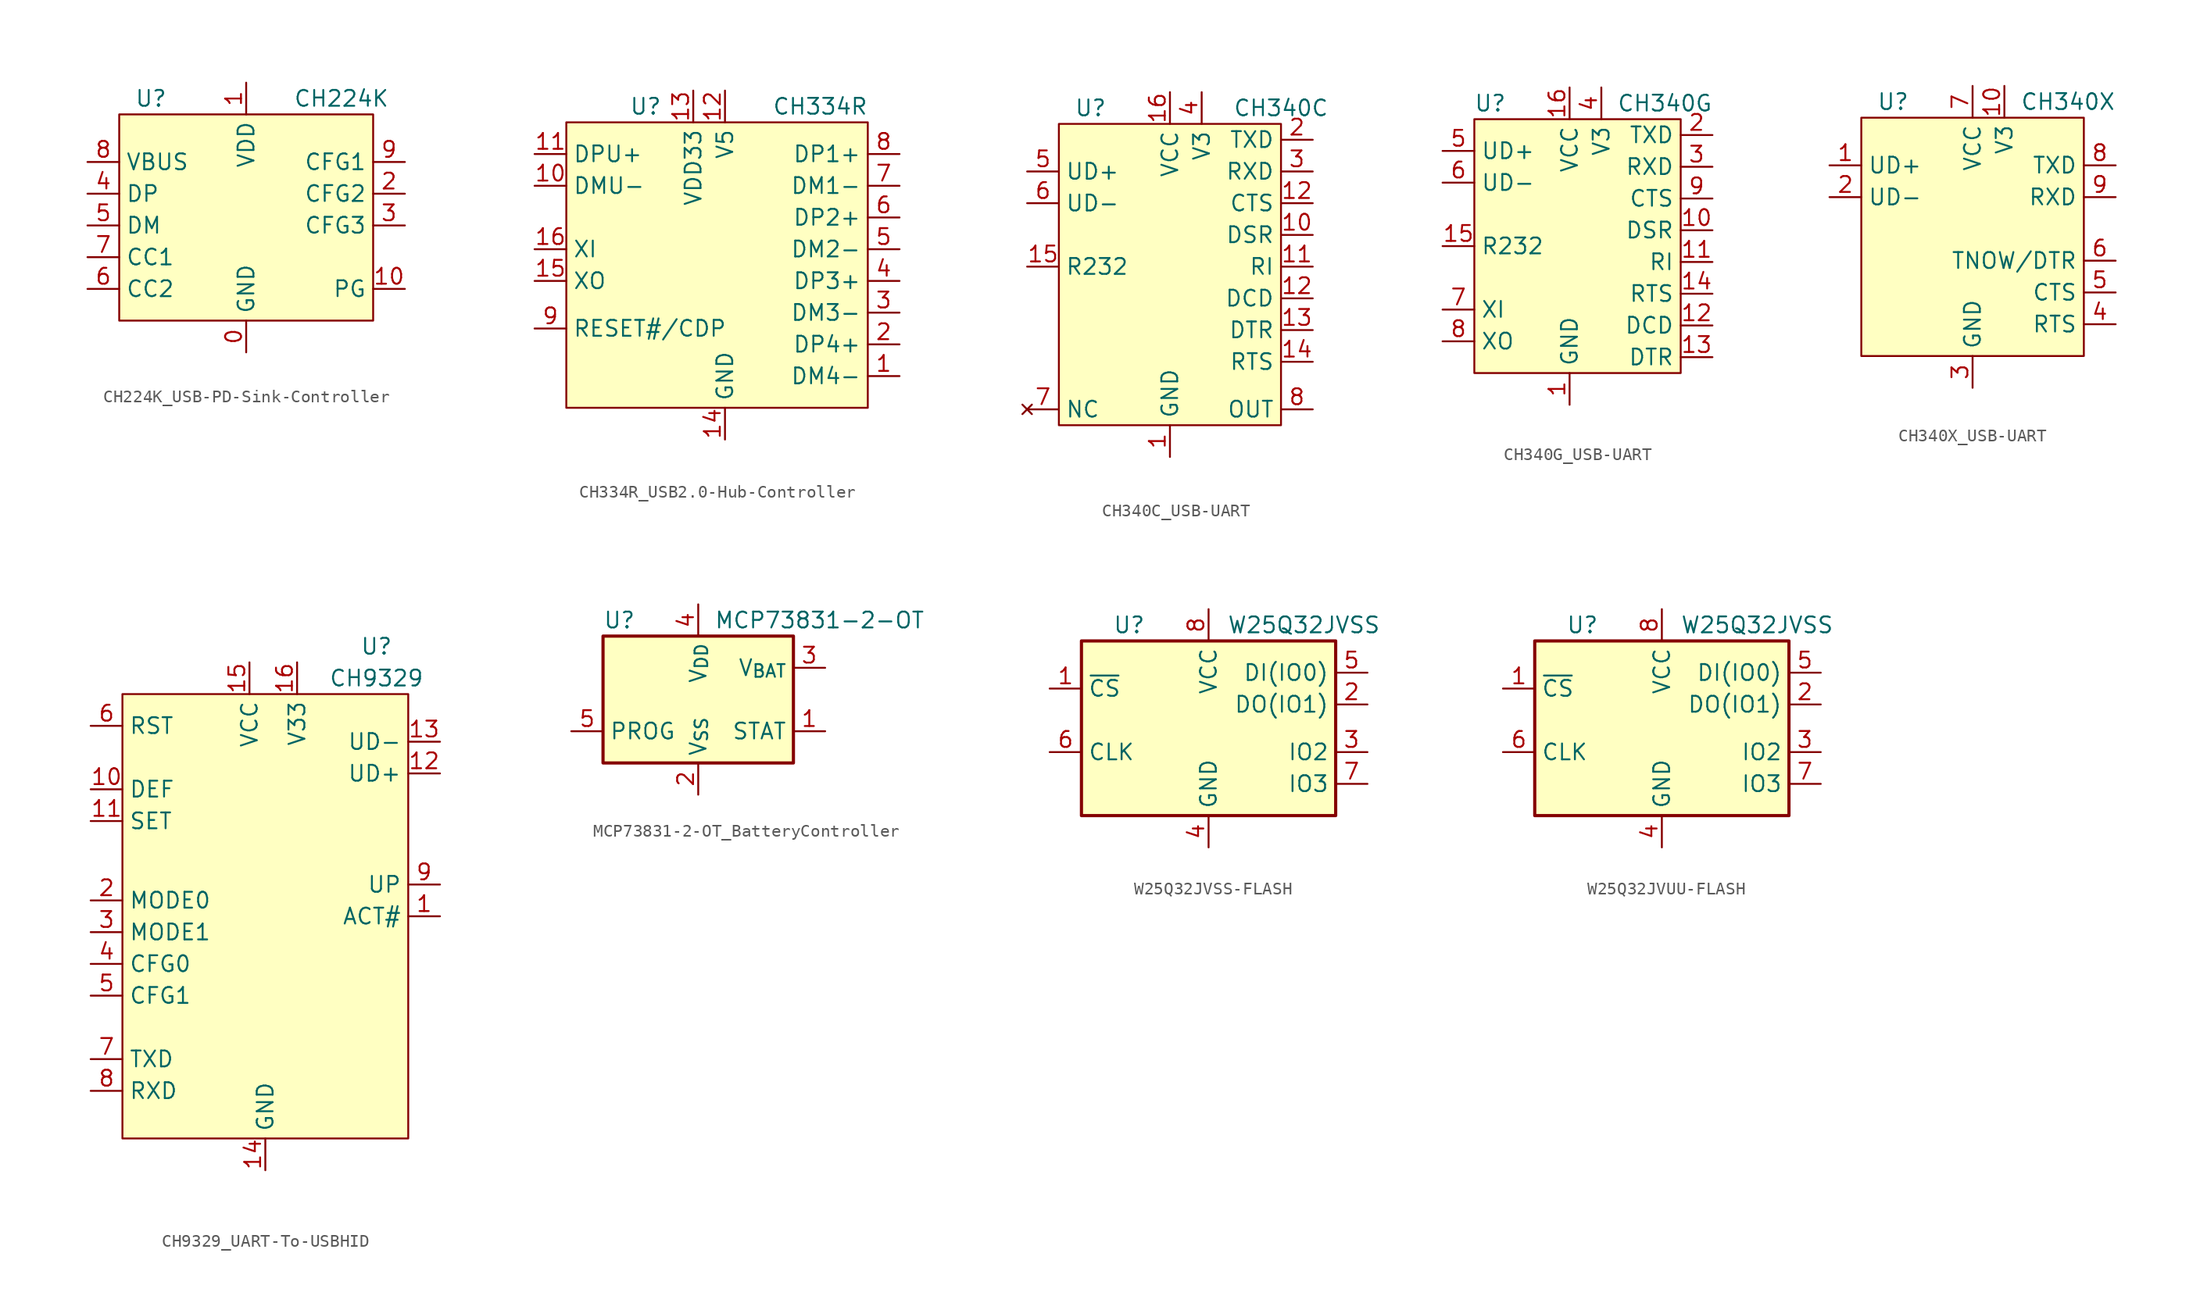
<source format=kicad_sym>
(kicad_symbol_lib
  (version 20231120)
  (generator "kicad_symbol_editor")
  (generator_version "8.0")
  (symbol "CH224K_USB-PD-Sink-Controller"
    (property "Reference" "U"
      (at -7.62 7.62 0)
      (effects (font (size 1.27 1.27))))
    (property "Value" "CH224K"
      (at 7.62 7.62 0)
      (effects (font (size 1.27 1.27))))
    (symbol "CH224K_USB-PD-Sink-Controller_1_1"
      (rectangle (start -10.16 6.35) (end 10.16 -10.16) (stroke (width 0) (type default)) (fill (type background)))
      (pin power_in line (at 0 -12.7 90) (length 2.54) (name "GND" (effects (font (size 1.27 1.27)))) (number "0" (effects (font (size 1.27 1.27)))))
      (pin power_in line (at 0 8.89 270) (length 2.54) (name "VDD" (effects (font (size 1.27 1.27)))) (number "1" (effects (font (size 1.27 1.27)))))
      (pin output line (at 12.7 -7.62 180) (length 2.54) (name "PG" (effects (font (size 1.27 1.27)))) (number "10" (effects (font (size 1.27 1.27)))))
      (pin input line (at 12.7 0 180) (length 2.54) (name "CFG2" (effects (font (size 1.27 1.27)))) (number "2" (effects (font (size 1.27 1.27)))))
      (pin input line (at 12.7 -2.54 180) (length 2.54) (name "CFG3" (effects (font (size 1.27 1.27)))) (number "3" (effects (font (size 1.27 1.27)))))
      (pin bidirectional line (at -12.7 0 0) (length 2.54) (name "DP" (effects (font (size 1.27 1.27)))) (number "4" (effects (font (size 1.27 1.27)))))
      (pin bidirectional line (at -12.7 -2.54 0) (length 2.54) (name "DM" (effects (font (size 1.27 1.27)))) (number "5" (effects (font (size 1.27 1.27)))))
      (pin output line (at -12.7 -7.62 0) (length 2.54) (name "CC2" (effects (font (size 1.27 1.27)))) (number "6" (effects (font (size 1.27 1.27)))))
      (pin output line (at -12.7 -5.08 0) (length 2.54) (name "CC1" (effects (font (size 1.27 1.27)))) (number "7" (effects (font (size 1.27 1.27)))))
      (pin input line (at -12.7 2.54 0) (length 2.54) (name "VBUS" (effects (font (size 1.27 1.27)))) (number "8" (effects (font (size 1.27 1.27)))))
      (pin input line (at 12.7 2.54 180) (length 2.54) (name "CFG1" (effects (font (size 1.27 1.27)))) (number "9" (effects (font (size 1.27 1.27)))))))
  (symbol "CH334R_USB2.0-Hub-Controller"
    (property "Reference" "U"
      (at -7.62 2.54 0)
      (effects (font (size 1.27 1.27))))
    (property "Value" "CH334R"
      (at 6.35 2.54 0)
      (effects (font (size 1.27 1.27))))
    (symbol "CH334R_USB2.0-Hub-Controller_1_1"
      (rectangle (start -13.97 1.27) (end 10.16 -21.59) (stroke (width 0) (type default)) (fill (type background)))
      (pin bidirectional line (at 12.7 -19.05 180) (length 2.54) (name "DM4-" (effects (font (size 1.27 1.27)))) (number "1" (effects (font (size 1.27 1.27)))))
      (pin bidirectional line (at -16.51 -3.81 0) (length 2.54) (name "DMU-" (effects (font (size 1.27 1.27)))) (number "10" (effects (font (size 1.27 1.27)))))
      (pin bidirectional line (at -16.51 -1.27 0) (length 2.54) (name "DPU+" (effects (font (size 1.27 1.27)))) (number "11" (effects (font (size 1.27 1.27)))))
      (pin power_in line (at -1.27 3.81 270) (length 2.54) (name "V5" (effects (font (size 1.27 1.27)))) (number "12" (effects (font (size 1.27 1.27)))))
      (pin power_out line (at -3.81 3.81 270) (length 2.54) (name "VDD33" (effects (font (size 1.27 1.27)))) (number "13" (effects (font (size 1.27 1.27)))))
      (pin power_in line (at -1.27 -24.13 90) (length 2.54) (name "GND" (effects (font (size 1.27 1.27)))) (number "14" (effects (font (size 1.27 1.27)))))
      (pin passive line (at -16.51 -11.43 0) (length 2.54) (name "XO" (effects (font (size 1.27 1.27)))) (number "15" (effects (font (size 1.27 1.27)))))
      (pin passive line (at -16.51 -8.89 0) (length 2.54) (name "XI" (effects (font (size 1.27 1.27)))) (number "16" (effects (font (size 1.27 1.27)))))
      (pin bidirectional line (at 12.7 -16.51 180) (length 2.54) (name "DP4+" (effects (font (size 1.27 1.27)))) (number "2" (effects (font (size 1.27 1.27)))))
      (pin bidirectional line (at 12.7 -13.97 180) (length 2.54) (name "DM3-" (effects (font (size 1.27 1.27)))) (number "3" (effects (font (size 1.27 1.27)))))
      (pin bidirectional line (at 12.7 -11.43 180) (length 2.54) (name "DP3+" (effects (font (size 1.27 1.27)))) (number "4" (effects (font (size 1.27 1.27)))))
      (pin bidirectional line (at 12.7 -8.89 180) (length 2.54) (name "DM2-" (effects (font (size 1.27 1.27)))) (number "5" (effects (font (size 1.27 1.27)))))
      (pin bidirectional line (at 12.7 -6.35 180) (length 2.54) (name "DP2+" (effects (font (size 1.27 1.27)))) (number "6" (effects (font (size 1.27 1.27)))))
      (pin bidirectional line (at 12.7 -3.81 180) (length 2.54) (name "DM1-" (effects (font (size 1.27 1.27)))) (number "7" (effects (font (size 1.27 1.27)))))
      (pin bidirectional line (at 12.7 -1.27 180) (length 2.54) (name "DP1+" (effects (font (size 1.27 1.27)))) (number "8" (effects (font (size 1.27 1.27)))))
      (pin bidirectional line (at -16.51 -15.24 0) (length 2.54) (name "RESET#/CDP" (effects (font (size 1.27 1.27)))) (number "9" (effects (font (size 1.27 1.27)))))))
  (symbol "CH340C_USB-UART"
    (property "Reference" "U"
      (at -6.35 7.62 0)
      (effects (font (size 1.27 1.27))))
    (property "Value" "CH340C"
      (at 8.89 7.62 0)
      (effects (font (size 1.27 1.27))))
    (symbol "CH340C_USB-UART_0_1"
      (rectangle (start -8.89 6.35) (end 8.89 -17.78) (stroke (width 0.152) (type default)) (fill (type background))))
    (symbol "CH340C_USB-UART_1_1"
      (pin power_in line (at 0 -20.32 90) (length 2.54) (name "GND" (effects (font (size 1.27 1.27)))) (number "1" (effects (font (size 1.27 1.27)))))
      (pin output line (at 11.43 -2.54 180) (length 2.54) (name "DSR" (effects (font (size 1.27 1.27)))) (number "10" (effects (font (size 1.27 1.27)))))
      (pin output line (at 11.43 -5.08 180) (length 2.54) (name "RI" (effects (font (size 1.27 1.27)))) (number "11" (effects (font (size 1.27 1.27)))))
      (pin output line (at 11.43 0 180) (length 2.54) (name "CTS" (effects (font (size 1.27 1.27)))) (number "12" (effects (font (size 1.27 1.27)))))
      (pin output line (at 11.43 -7.62 180) (length 2.54) (name "DCD" (effects (font (size 1.27 1.27)))) (number "12" (effects (font (size 1.27 1.27)))))
      (pin output line (at 11.43 -10.16 180) (length 2.54) (name "DTR" (effects (font (size 1.27 1.27)))) (number "13" (effects (font (size 1.27 1.27)))))
      (pin output line (at 11.43 -12.7 180) (length 2.54) (name "RTS" (effects (font (size 1.27 1.27)))) (number "14" (effects (font (size 1.27 1.27)))))
      (pin input line (at -11.43 -5.08 0) (length 2.54) (name "R232" (effects (font (size 1.27 1.27)))) (number "15" (effects (font (size 1.27 1.27)))))
      (pin power_in line (at 0 8.89 270) (length 2.54) (name "VCC" (effects (font (size 1.27 1.27)))) (number "16" (effects (font (size 1.27 1.27)))))
      (pin output line (at 11.43 5.08 180) (length 2.54) (name "TXD" (effects (font (size 1.27 1.27)))) (number "2" (effects (font (size 1.27 1.27)))))
      (pin input line (at 11.43 2.54 180) (length 2.54) (name "RXD" (effects (font (size 1.27 1.27)))) (number "3" (effects (font (size 1.27 1.27)))))
      (pin power_out line (at 2.54 8.89 270) (length 2.54) (name "V3" (effects (font (size 1.27 1.27)))) (number "4" (effects (font (size 1.27 1.27)))))
      (pin bidirectional line (at -11.43 2.54 0) (length 2.54) (name "UD+" (effects (font (size 1.27 1.27)))) (number "5" (effects (font (size 1.27 1.27)))))
      (pin bidirectional line (at -11.43 0 0) (length 2.54) (name "UD-" (effects (font (size 1.27 1.27)))) (number "6" (effects (font (size 1.27 1.27)))))
      (pin no_connect line (at -11.43 -16.51 0) (length 2.54) (name "NC" (effects (font (size 1.27 1.27)))) (number "7" (effects (font (size 1.27 1.27)))))
      (pin output line (at 11.43 -16.51 180) (length 2.54) (name "OUT" (effects (font (size 1.27 1.27)))) (number "8" (effects (font (size 1.27 1.27)))))))
  (symbol "CH340G_USB-UART"
    (property "Reference" "U"
      (at -6.35 7.62 0)
      (effects (font (size 1.27 1.27))))
    (property "Value" "CH340G"
      (at 7.62 7.62 0)
      (effects (font (size 1.27 1.27))))
    (symbol "CH340G_USB-UART_0_1"
      (rectangle (start -7.62 6.35) (end 8.89 -13.97) (stroke (width 0.152) (type default)) (fill (type background))))
    (symbol "CH340G_USB-UART_1_1"
      (pin power_in line (at 0 -16.51 90) (length 2.54) (name "GND" (effects (font (size 1.27 1.27)))) (number "1" (effects (font (size 1.27 1.27)))))
      (pin output line (at 11.43 -2.54 180) (length 2.54) (name "DSR" (effects (font (size 1.27 1.27)))) (number "10" (effects (font (size 1.27 1.27)))))
      (pin output line (at 11.43 -5.08 180) (length 2.54) (name "RI" (effects (font (size 1.27 1.27)))) (number "11" (effects (font (size 1.27 1.27)))))
      (pin output line (at 11.43 -10.16 180) (length 2.54) (name "DCD" (effects (font (size 1.27 1.27)))) (number "12" (effects (font (size 1.27 1.27)))))
      (pin output line (at 11.43 -12.7 180) (length 2.54) (name "DTR" (effects (font (size 1.27 1.27)))) (number "13" (effects (font (size 1.27 1.27)))))
      (pin output line (at 11.43 -7.62 180) (length 2.54) (name "RTS" (effects (font (size 1.27 1.27)))) (number "14" (effects (font (size 1.27 1.27)))))
      (pin input line (at -10.16 -3.81 0) (length 2.54) (name "R232" (effects (font (size 1.27 1.27)))) (number "15" (effects (font (size 1.27 1.27)))))
      (pin power_in line (at 0 8.89 270) (length 2.54) (name "VCC" (effects (font (size 1.27 1.27)))) (number "16" (effects (font (size 1.27 1.27)))))
      (pin output line (at 11.43 5.08 180) (length 2.54) (name "TXD" (effects (font (size 1.27 1.27)))) (number "2" (effects (font (size 1.27 1.27)))))
      (pin input line (at 11.43 2.54 180) (length 2.54) (name "RXD" (effects (font (size 1.27 1.27)))) (number "3" (effects (font (size 1.27 1.27)))))
      (pin power_out line (at 2.54 8.89 270) (length 2.54) (name "V3" (effects (font (size 1.27 1.27)))) (number "4" (effects (font (size 1.27 1.27)))))
      (pin bidirectional line (at -10.16 3.81 0) (length 2.54) (name "UD+" (effects (font (size 1.27 1.27)))) (number "5" (effects (font (size 1.27 1.27)))))
      (pin bidirectional line (at -10.16 1.27 0) (length 2.54) (name "UD-" (effects (font (size 1.27 1.27)))) (number "6" (effects (font (size 1.27 1.27)))))
      (pin input line (at -10.16 -8.89 0) (length 2.54) (name "XI" (effects (font (size 1.27 1.27)))) (number "7" (effects (font (size 1.27 1.27)))))
      (pin output line (at -10.16 -11.43 0) (length 2.54) (name "XO" (effects (font (size 1.27 1.27)))) (number "8" (effects (font (size 1.27 1.27)))))
      (pin output line (at 11.43 0 180) (length 2.54) (name "CTS" (effects (font (size 1.27 1.27)))) (number "9" (effects (font (size 1.27 1.27)))))))
  (symbol "CH340X_USB-UART"
    (property "Reference" "U"
      (at -6.35 7.62 0)
      (effects (font (size 1.27 1.27))))
    (property "Value" "CH340X"
      (at 7.62 7.62 0)
      (effects (font (size 1.27 1.27))))
    (symbol "CH340X_USB-UART_0_1"
      (rectangle (start -8.89 6.35) (end 8.89 -12.7) (stroke (width 0.152) (type default)) (fill (type background))))
    (symbol "CH340X_USB-UART_1_1"
      (pin bidirectional line (at -11.43 2.54 0) (length 2.54) (name "UD+" (effects (font (size 1.27 1.27)))) (number "1" (effects (font (size 1.27 1.27)))))
      (pin power_out line (at 2.54 8.89 270) (length 2.54) (name "V3" (effects (font (size 1.27 1.27)))) (number "10" (effects (font (size 1.27 1.27)))))
      (pin bidirectional line (at -11.43 0 0) (length 2.54) (name "UD-" (effects (font (size 1.27 1.27)))) (number "2" (effects (font (size 1.27 1.27)))))
      (pin power_in line (at 0 -15.24 90) (length 2.54) (name "GND" (effects (font (size 1.27 1.27)))) (number "3" (effects (font (size 1.27 1.27)))))
      (pin output line (at 11.43 -10.16 180) (length 2.54) (name "RTS" (effects (font (size 1.27 1.27)))) (number "4" (effects (font (size 1.27 1.27)))))
      (pin input line (at 11.43 -7.62 180) (length 2.54) (name "CTS" (effects (font (size 1.27 1.27)))) (number "5" (effects (font (size 1.27 1.27)))))
      (pin bidirectional line (at 11.43 -5.08 180) (length 2.54) (name "TNOW/DTR" (effects (font (size 1.27 1.27)))) (number "6" (effects (font (size 1.27 1.27)))))
      (pin power_in line (at 0 8.89 270) (length 2.54) (name "VCC" (effects (font (size 1.27 1.27)))) (number "7" (effects (font (size 1.27 1.27)))))
      (pin output line (at 11.43 2.54 180) (length 2.54) (name "TXD" (effects (font (size 1.27 1.27)))) (number "8" (effects (font (size 1.27 1.27)))))
      (pin input line (at 11.43 0 180) (length 2.54) (name "RXD" (effects (font (size 1.27 1.27)))) (number "9" (effects (font (size 1.27 1.27)))))))
  (symbol "CH9329_UART-To-USBHID"
    (property "Reference" "U"
      (at 8.89 7.62 0)
      (effects (font (size 1.27 1.27))))
    (property "Value" "CH9329"
      (at 8.89 5.08 0)
      (effects (font (size 1.27 1.27))))
    (symbol "CH9329_UART-To-USBHID_0_1"
      (rectangle (start -11.43 3.81) (end 11.43 -31.75) (stroke (width 0.152) (type default)) (fill (type background))))
    (symbol "CH9329_UART-To-USBHID_1_1"
      (pin output line (at 13.97 -13.97 180) (length 2.54) (name "ACT#" (effects (font (size 1.27 1.27)))) (number "1" (effects (font (size 1.27 1.27)))))
      (pin input line (at -13.97 -3.81 0) (length 2.54) (name "DEF" (effects (font (size 1.27 1.27)))) (number "10" (effects (font (size 1.27 1.27)))))
      (pin input line (at -13.97 -6.35 0) (length 2.54) (name "SET" (effects (font (size 1.27 1.27)))) (number "11" (effects (font (size 1.27 1.27)))))
      (pin bidirectional line (at 13.97 -2.54 180) (length 2.54) (name "UD+" (effects (font (size 1.27 1.27)))) (number "12" (effects (font (size 1.27 1.27)))))
      (pin bidirectional line (at 13.97 0 180) (length 2.54) (name "UD-" (effects (font (size 1.27 1.27)))) (number "13" (effects (font (size 1.27 1.27)))))
      (pin power_in line (at 0 -34.29 90) (length 2.54) (name "GND" (effects (font (size 1.27 1.27)))) (number "14" (effects (font (size 1.27 1.27)))))
      (pin power_in line (at -1.27 6.35 270) (length 2.54) (name "VCC" (effects (font (size 1.27 1.27)))) (number "15" (effects (font (size 1.27 1.27)))))
      (pin power_out line (at 2.54 6.35 270) (length 2.54) (name "V33" (effects (font (size 1.27 1.27)))) (number "16" (effects (font (size 1.27 1.27)))))
      (pin input line (at -13.97 -12.7 0) (length 2.54) (name "MODE0" (effects (font (size 1.27 1.27)))) (number "2" (effects (font (size 1.27 1.27)))))
      (pin input line (at -13.97 -15.24 0) (length 2.54) (name "MODE1" (effects (font (size 1.27 1.27)))) (number "3" (effects (font (size 1.27 1.27)))))
      (pin input line (at -13.97 -17.78 0) (length 2.54) (name "CFG0" (effects (font (size 1.27 1.27)))) (number "4" (effects (font (size 1.27 1.27)))))
      (pin input line (at -13.97 -20.32 0) (length 2.54) (name "CFG1" (effects (font (size 1.27 1.27)))) (number "5" (effects (font (size 1.27 1.27)))))
      (pin input line (at -13.97 1.27 0) (length 2.54) (name "RST" (effects (font (size 1.27 1.27)))) (number "6" (effects (font (size 1.27 1.27)))))
      (pin output line (at -13.97 -25.4 0) (length 2.54) (name "TXD" (effects (font (size 1.27 1.27)))) (number "7" (effects (font (size 1.27 1.27)))))
      (pin input line (at -13.97 -27.94 0) (length 2.54) (name "RXD" (effects (font (size 1.27 1.27)))) (number "8" (effects (font (size 1.27 1.27)))))
      (pin output line (at 13.97 -11.43 180) (length 2.54) (name "UP" (effects (font (size 1.27 1.27)))) (number "9" (effects (font (size 1.27 1.27)))))))
  (symbol "MCP73831-2-OT_BatteryController"
    (property "Reference" "U"
      (at -7.62 6.35 0)
      (effects (font (size 1.27 1.27)) (justify left)))
    (property "Value" "MCP73831-2-OT"
      (at 1.27 6.35 0)
      (effects (font (size 1.27 1.27)) (justify left)))
    (symbol "MCP73831-2-OT_BatteryController_0_1"
      (rectangle (start -7.62 5.08) (end 7.62 -5.08) (stroke (width 0.254) (type default)) (fill (type background))))
    (symbol "MCP73831-2-OT_BatteryController_1_1"
      (pin tri_state line (at 10.16 -2.54 180) (length 2.54) (name "STAT" (effects (font (size 1.27 1.27)))) (number "1" (effects (font (size 1.27 1.27)))))
      (pin power_in line (at 0 -7.62 90) (length 2.54) (name "V_{SS}" (effects (font (size 1.27 1.27)))) (number "2" (effects (font (size 1.27 1.27)))))
      (pin power_out line (at 10.16 2.54 180) (length 2.54) (name "V_{BAT}" (effects (font (size 1.27 1.27)))) (number "3" (effects (font (size 1.27 1.27)))))
      (pin power_in line (at 0 7.62 270) (length 2.54) (name "V_{DD}" (effects (font (size 1.27 1.27)))) (number "4" (effects (font (size 1.27 1.27)))))
      (pin input line (at -10.16 -2.54 0) (length 2.54) (name "PROG" (effects (font (size 1.27 1.27)))) (number "5" (effects (font (size 1.27 1.27)))))))
  (symbol "W25Q32JVSS-FLASH"
    (property "Reference" "U"
      (at -6.35 11.43 0)
      (effects (font (size 1.27 1.27))))
    (property "Value" "W25Q32JVSS"
      (at 7.62 11.43 0)
      (effects (font (size 1.27 1.27))))
    (symbol "W25Q32JVSS-FLASH_0_1"
      (rectangle (start -10.16 10.16) (end 10.16 -3.81) (stroke (width 0.254) (type default)) (fill (type background))))
    (symbol "W25Q32JVSS-FLASH_1_1"
      (pin input line (at -12.7 6.35 0) (length 2.54) (name "~{CS}" (effects (font (size 1.27 1.27)))) (number "1" (effects (font (size 1.27 1.27)))))
      (pin bidirectional line (at 12.7 5.08 180) (length 2.54) (name "DO(IO1)" (effects (font (size 1.27 1.27)))) (number "2" (effects (font (size 1.27 1.27)))))
      (pin bidirectional line (at 12.7 1.27 180) (length 2.54) (name "IO2" (effects (font (size 1.27 1.27)))) (number "3" (effects (font (size 1.27 1.27)))))
      (pin power_in line (at 0 -6.35 90) (length 2.54) (name "GND" (effects (font (size 1.27 1.27)))) (number "4" (effects (font (size 1.27 1.27)))))
      (pin bidirectional line (at 12.7 7.62 180) (length 2.54) (name "DI(IO0)" (effects (font (size 1.27 1.27)))) (number "5" (effects (font (size 1.27 1.27)))))
      (pin input line (at -12.7 1.27 0) (length 2.54) (name "CLK" (effects (font (size 1.27 1.27)))) (number "6" (effects (font (size 1.27 1.27)))))
      (pin bidirectional line (at 12.7 -1.27 180) (length 2.54) (name "IO3" (effects (font (size 1.27 1.27)))) (number "7" (effects (font (size 1.27 1.27)))))
      (pin power_in line (at 0 12.7 270) (length 2.54) (name "VCC" (effects (font (size 1.27 1.27)))) (number "8" (effects (font (size 1.27 1.27)))))))
  (symbol "W25Q32JVUU-FLASH"
    (property "Reference" "U"
      (at -6.35 11.43 0)
      (effects (font (size 1.27 1.27))))
    (property "Value" "W25Q32JVSS"
      (at 7.62 11.43 0)
      (effects (font (size 1.27 1.27))))
    (symbol "W25Q32JVUU-FLASH_0_1"
      (rectangle (start -10.16 10.16) (end 10.16 -3.81) (stroke (width 0.254) (type default)) (fill (type background))))
    (symbol "W25Q32JVUU-FLASH_1_1"
      (pin input line (at -12.7 6.35 0) (length 2.54) (name "~{CS}" (effects (font (size 1.27 1.27)))) (number "1" (effects (font (size 1.27 1.27)))))
      (pin bidirectional line (at 12.7 5.08 180) (length 2.54) (name "DO(IO1)" (effects (font (size 1.27 1.27)))) (number "2" (effects (font (size 1.27 1.27)))))
      (pin bidirectional line (at 12.7 1.27 180) (length 2.54) (name "IO2" (effects (font (size 1.27 1.27)))) (number "3" (effects (font (size 1.27 1.27)))))
      (pin power_in line (at 0 -6.35 90) (length 2.54) (name "GND" (effects (font (size 1.27 1.27)))) (number "4" (effects (font (size 1.27 1.27)))))
      (pin bidirectional line (at 12.7 7.62 180) (length 2.54) (name "DI(IO0)" (effects (font (size 1.27 1.27)))) (number "5" (effects (font (size 1.27 1.27)))))
      (pin input line (at -12.7 1.27 0) (length 2.54) (name "CLK" (effects (font (size 1.27 1.27)))) (number "6" (effects (font (size 1.27 1.27)))))
      (pin bidirectional line (at 12.7 -1.27 180) (length 2.54) (name "IO3" (effects (font (size 1.27 1.27)))) (number "7" (effects (font (size 1.27 1.27)))))
      (pin power_in line (at 0 12.7 270) (length 2.54) (name "VCC" (effects (font (size 1.27 1.27)))) (number "8" (effects (font (size 1.27 1.27))))))))
</source>
